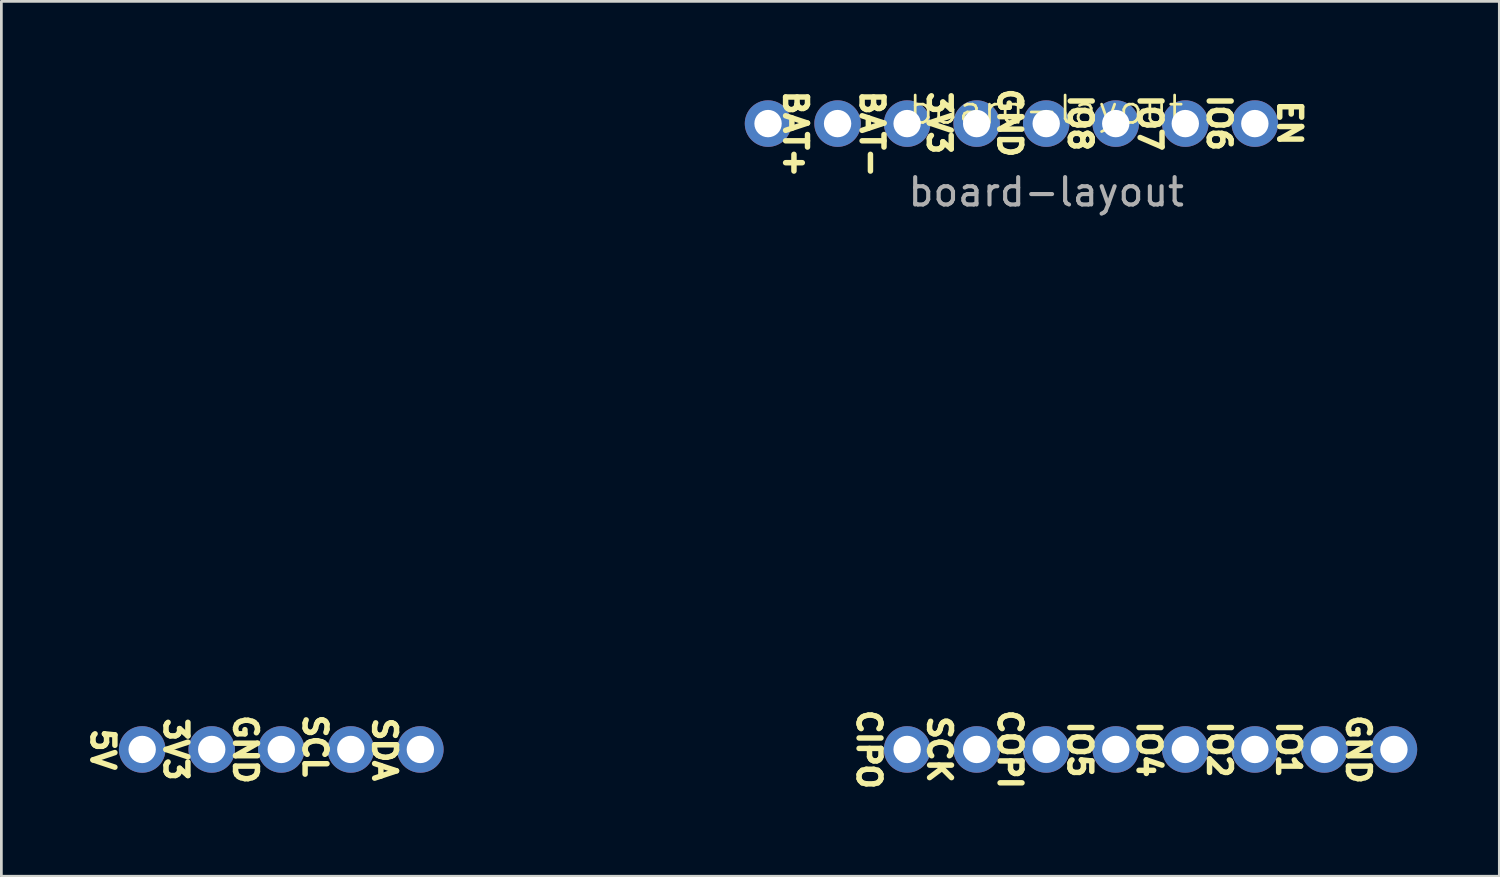
<source format=kicad_pcb>
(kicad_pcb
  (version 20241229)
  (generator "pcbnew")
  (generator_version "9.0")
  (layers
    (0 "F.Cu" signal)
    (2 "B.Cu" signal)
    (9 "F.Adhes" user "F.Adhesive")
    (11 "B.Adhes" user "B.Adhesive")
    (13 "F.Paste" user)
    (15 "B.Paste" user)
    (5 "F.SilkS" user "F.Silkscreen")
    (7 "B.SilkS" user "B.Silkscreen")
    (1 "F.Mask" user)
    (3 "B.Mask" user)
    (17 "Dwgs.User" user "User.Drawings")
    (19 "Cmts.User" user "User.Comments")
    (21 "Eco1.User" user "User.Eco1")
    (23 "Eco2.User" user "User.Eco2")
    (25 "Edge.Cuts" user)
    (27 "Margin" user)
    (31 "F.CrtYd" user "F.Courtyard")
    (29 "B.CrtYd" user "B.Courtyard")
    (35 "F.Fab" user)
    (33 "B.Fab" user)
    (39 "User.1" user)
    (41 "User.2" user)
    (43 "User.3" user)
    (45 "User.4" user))
  (footprint "board-layout"
    (layer "F.Cu")
    (at 35.163 1.464)
    (property "Reference" "board-layout" (at 0 -0.5 0) (unlocked yes) (layer "F.SilkS") (effects (font (size 1 1) (thickness 0.1))))
    (attr exclude_from_bom)
    (fp_text user "CIPO" (at -6.475 22.86 270) (unlocked yes) (layer "F.SilkS") (effects (font (size 0.8 0.8) (thickness 0.2) (bold yes))))
    (fp_text user "SCK" (at -3.9 22.86 270) (unlocked yes) (layer "F.SilkS") (effects (font (size 0.8 0.8) (thickness 0.2) (bold yes))))
    (fp_text user "IO8" (at 1.24 -0.025 270) (unlocked yes) (layer "F.SilkS") (effects (font (size 0.8 0.8) (thickness 0.2) (bold yes))))
    (fp_text user "SCL" (at -27.178 22.733 270) (unlocked yes) (layer "F.SilkS") (effects (font (size 0.8 0.8) (thickness 0.2) (bold yes)) (justify bottom)))
    (fp_text user "IO6" (at 6.315 -0.025 270) (unlocked yes) (layer "F.SilkS") (effects (font (size 0.8 0.8) (thickness 0.2) (bold yes))))
    (fp_text user "COPI" (at -1.325 22.86 270) (unlocked yes) (layer "F.SilkS") (effects (font (size 0.8 0.8) (thickness 0.2) (bold yes))))
    (fp_text user "SDA" (at -24.638 22.86 270) (unlocked yes) (layer "F.SilkS") (effects (font (size 0.8 0.8) (thickness 0.2) (bold yes)) (justify bottom)))
    (fp_text user "IO1" (at 8.85 22.86 270) (unlocked yes) (layer "F.SilkS") (effects (font (size 0.8 0.8) (thickness 0.2) (bold yes))))
    (fp_text user "IO2" (at 6.325 22.86 270) (unlocked yes) (layer "F.SilkS") (effects (font (size 0.8 0.8) (thickness 0.2) (bold yes))))
    (fp_text user "IO4" (at 3.75 22.86 270) (unlocked yes) (layer "F.SilkS") (effects (font (size 0.8 0.8) (thickness 0.2) (bold yes))))
    (fp_text user "5V" (at -34.925 22.86 270) (unlocked yes) (layer "F.SilkS") (effects (font (size 0.8 0.8) (thickness 0.2) (bold yes)) (justify bottom)))
    (fp_text user "GND" (at -1.335 -0.025 270) (unlocked yes) (layer "F.SilkS") (effects (font (size 0.8 0.8) (thickness 0.2) (bold yes))))
    (fp_text user "BAT+" (at -9.627 0.381 270) (unlocked yes) (layer "F.SilkS") (effects (font (size 0.8 0.8) (thickness 0.2) (bold yes)) (justify bottom)))
    (fp_text user "EN" (at 8.89 -0.025 270) (unlocked yes) (layer "F.SilkS") (effects (font (size 0.8 0.8) (thickness 0.2) (bold yes))))
    (fp_text user "GND" (at 11.4 22.86 270) (unlocked yes) (layer "F.SilkS") (effects (font (size 0.8 0.8) (thickness 0.2) (bold yes))))
    (fp_text user "3V3" (at -3.91 -0.025 270) (unlocked yes) (layer "F.SilkS") (effects (font (size 0.8 0.8) (thickness 0.2) (bold yes))))
    (fp_text user "IO7" (at 3.79 -0.025 270) (unlocked yes) (layer "F.SilkS") (effects (font (size 0.8 0.8) (thickness 0.2) (bold yes))))
    (fp_text user "3V3" (at -32.258 22.86 270) (unlocked yes) (layer "F.SilkS") (effects (font (size 0.8 0.8) (thickness 0.2) (bold yes)) (justify bottom)))
    (fp_text user "BAT-" (at -6.833 0.381 270) (unlocked yes) (layer "F.SilkS") (effects (font (size 0.8 0.8) (thickness 0.2) (bold yes)) (justify bottom)))
    (fp_text user "IO5" (at 1.225 22.86 270) (unlocked yes) (layer "F.SilkS") (effects (font (size 0.8 0.8) (thickness 0.2) (bold yes))))
    (fp_text user "GND" (at -29.718 22.86 270) (unlocked yes) (layer "F.SilkS") (effects (font (size 0.8 0.8) (thickness 0.2) (bold yes)) (justify bottom)))
    (fp_text user "${REFERENCE}" (at 0 2.5 0) (unlocked yes) (layer "F.Fab") (effects (font (size 1 1) (thickness 0.15))))
    (pad "1" thru_hole oval (at -10.16 0) (size 1.7 1.7) (drill 1) (layers "*.Cu" "*.Mask"))
    (pad "2" thru_hole oval (at -7.62 0) (size 1.7 1.7) (drill 1) (layers "*.Cu" "*.Mask"))
    (pad "3" thru_hole oval (at -5.08 0) (size 1.7 1.7) (drill 1) (layers "*.Cu" "*.Mask"))
    (pad "4" thru_hole oval (at -2.54 0) (size 1.7 1.7) (drill 1) (layers "*.Cu" "*.Mask"))
    (pad "5" thru_hole oval (at 0 0) (size 1.7 1.7) (drill 1) (layers "*.Cu" "*.Mask"))
    (pad "6" thru_hole oval (at 2.54 0) (size 1.7 1.7) (drill 1) (layers "*.Cu" "*.Mask"))
    (pad "7" thru_hole oval (at 5.08 0) (size 1.7 1.7) (drill 1) (layers "*.Cu" "*.Mask"))
    (pad "8" thru_hole oval (at 7.62 0) (size 1.7 1.7) (drill 1) (layers "*.Cu" "*.Mask"))
    (pad "9" thru_hole oval (at 12.7 22.86) (size 1.7 1.7) (drill 1) (layers "*.Cu" "*.Mask"))
    (pad "10" thru_hole oval (at 10.16 22.86) (size 1.7 1.7) (drill 1) (layers "*.Cu" "*.Mask"))
    (pad "11" thru_hole oval (at 7.62 22.86) (size 1.7 1.7) (drill 1) (layers "*.Cu" "*.Mask"))
    (pad "12" thru_hole oval (at 5.08 22.86) (size 1.7 1.7) (drill 1) (layers "*.Cu" "*.Mask"))
    (pad "13" thru_hole oval (at 2.54 22.86) (size 1.7 1.7) (drill 1) (layers "*.Cu" "*.Mask"))
    (pad "14" thru_hole oval (at 0 22.86) (size 1.7 1.7) (drill 1) (layers "*.Cu" "*.Mask"))
    (pad "15" thru_hole oval (at -2.54 22.86) (size 1.7 1.7) (drill 1) (layers "*.Cu" "*.Mask"))
    (pad "16" thru_hole oval (at -5.08 22.86) (size 1.7 1.7) (drill 1) (layers "*.Cu" "*.Mask"))
    (pad "17" thru_hole oval (at -22.86 22.86) (size 1.7 1.7) (drill 1) (layers "*.Cu" "*.Mask"))
    (pad "18" thru_hole oval (at -25.4 22.86) (size 1.7 1.7) (drill 1) (layers "*.Cu" "*.Mask"))
    (pad "19" thru_hole oval (at -27.94 22.86) (size 1.7 1.7) (drill 1) (layers "*.Cu" "*.Mask"))
    (pad "20" thru_hole oval (at -30.48 22.86) (size 1.7 1.7) (drill 1) (layers "*.Cu" "*.Mask"))
    (pad "21" thru_hole oval (at -33.02 22.86) (size 1.7 1.7) (drill 1) (layers "*.Cu" "*.Mask")))
  (gr_rect
    (start -3 -3)
    (end 51.713 28.954)
    (stroke (width 0.1) (type default))
    (fill no)
    (layer "Edge.Cuts")))
</source>
